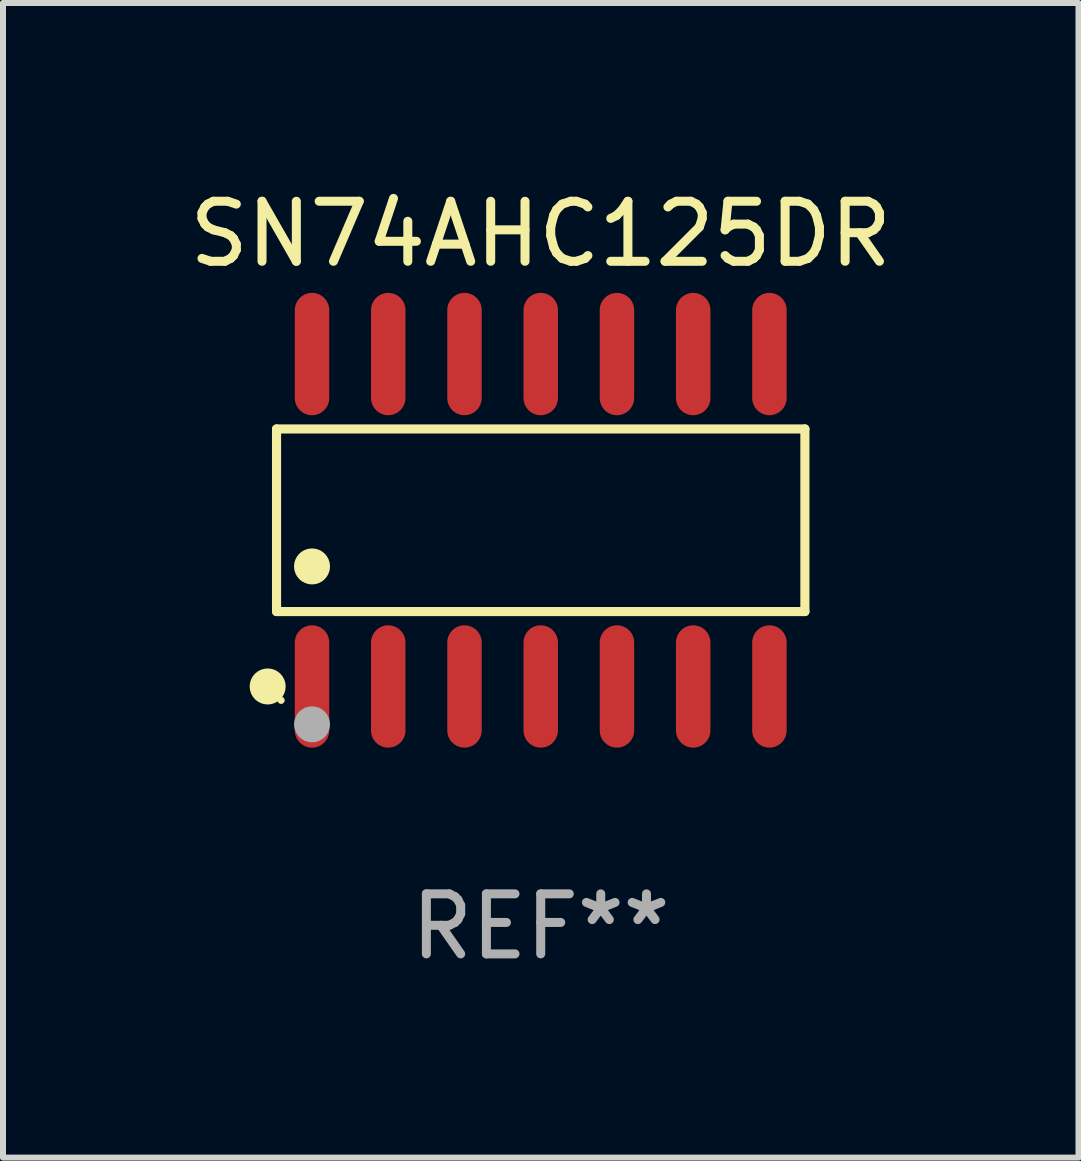
<source format=kicad_pcb>
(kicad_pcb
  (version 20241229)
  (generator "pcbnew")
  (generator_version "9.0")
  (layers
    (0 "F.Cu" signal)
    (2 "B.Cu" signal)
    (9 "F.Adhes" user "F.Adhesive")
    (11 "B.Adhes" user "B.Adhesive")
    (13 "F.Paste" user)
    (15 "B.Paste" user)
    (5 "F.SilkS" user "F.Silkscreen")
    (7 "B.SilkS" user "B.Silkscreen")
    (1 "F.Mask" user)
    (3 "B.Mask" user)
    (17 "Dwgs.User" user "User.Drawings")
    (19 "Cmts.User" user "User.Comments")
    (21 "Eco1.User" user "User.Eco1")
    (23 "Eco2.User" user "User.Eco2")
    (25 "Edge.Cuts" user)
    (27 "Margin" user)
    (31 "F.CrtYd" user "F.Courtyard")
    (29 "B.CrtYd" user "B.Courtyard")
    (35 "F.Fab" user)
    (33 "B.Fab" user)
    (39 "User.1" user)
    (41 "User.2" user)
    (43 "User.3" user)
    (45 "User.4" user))
  (footprint "SN74AHC125DR"
    (layer "F.Cu")
    (at 5.958 5.617)
    (property "Reference" "SN74AHC125DR" (at 0 -4.769 0) (layer "F.SilkS") (effects (font (size 1 1) (thickness 0.15))))
    (attr through_hole)
    (fp_line (start -4.401 -1.521) (end 4.401 -1.521) (stroke (width 0.152) (type solid)) (layer "F.SilkS"))
    (fp_line (start -4.401 1.521) (end -4.401 -1.521) (stroke (width 0.152) (type solid)) (layer "F.SilkS"))
    (fp_line (start 4.401 -1.521) (end 4.401 1.521) (stroke (width 0.152) (type solid)) (layer "F.SilkS"))
    (fp_line (start 4.401 1.521) (end -4.401 1.521) (stroke (width 0.152) (type solid)) (layer "F.SilkS"))
    (fp_circle (center -4.549 2.769) (end -4.399 2.769) (stroke (width 0.3) (type solid)) (fill no) (layer "F.SilkS"))
    (fp_circle (center -4.325 3) (end -4.295 3) (stroke (width 0.06) (type solid)) (fill no) (layer "F.SilkS"))
    (fp_circle (center -3.81 0.769) (end -3.66 0.769) (stroke (width 0.3) (type solid)) (fill no) (layer "F.SilkS"))
    (fp_circle (center -3.81 3.4) (end -3.66 3.4) (stroke (width 0.3) (type solid)) (fill no) (layer "F.Fab"))
    (fp_text user "REF**" (at 0 6.769 0) (layer "F.Fab") (effects (font (size 1 1) (thickness 0.15))))
    (pad "1" smd oval (at -3.81 2.769) (size 0.574 2.038) (layers "F.Cu" "F.Mask" "F.Paste"))
    (pad "2" smd oval (at -2.54 2.769) (size 0.574 2.038) (layers "F.Cu" "F.Mask" "F.Paste"))
    (pad "3" smd oval (at -1.27 2.769) (size 0.574 2.038) (layers "F.Cu" "F.Mask" "F.Paste"))
    (pad "4" smd oval (at 0 2.769) (size 0.574 2.038) (layers "F.Cu" "F.Mask" "F.Paste"))
    (pad "5" smd oval (at 1.27 2.769) (size 0.574 2.038) (layers "F.Cu" "F.Mask" "F.Paste"))
    (pad "6" smd oval (at 2.54 2.769) (size 0.574 2.038) (layers "F.Cu" "F.Mask" "F.Paste"))
    (pad "7" smd oval (at 3.81 2.769) (size 0.574 2.038) (layers "F.Cu" "F.Mask" "F.Paste"))
    (pad "8" smd oval (at 3.81 -2.769) (size 0.574 2.038) (layers "F.Cu" "F.Mask" "F.Paste"))
    (pad "9" smd oval (at 2.54 -2.769) (size 0.574 2.038) (layers "F.Cu" "F.Mask" "F.Paste"))
    (pad "10" smd oval (at 1.27 -2.769) (size 0.574 2.038) (layers "F.Cu" "F.Mask" "F.Paste"))
    (pad "11" smd oval (at 0 -2.769) (size 0.574 2.038) (layers "F.Cu" "F.Mask" "F.Paste"))
    (pad "12" smd oval (at -1.27 -2.769) (size 0.574 2.038) (layers "F.Cu" "F.Mask" "F.Paste"))
    (pad "13" smd oval (at -2.54 -2.769) (size 0.574 2.038) (layers "F.Cu" "F.Mask" "F.Paste"))
    (pad "14" smd oval (at -3.81 -2.769) (size 0.574 2.038) (layers "F.Cu" "F.Mask" "F.Paste")))
  (gr_rect
    (start -3 -3)
    (end 14.917 16.235)
    (stroke (width 0.1) (type default))
    (fill no)
    (layer "Edge.Cuts")))
</source>
